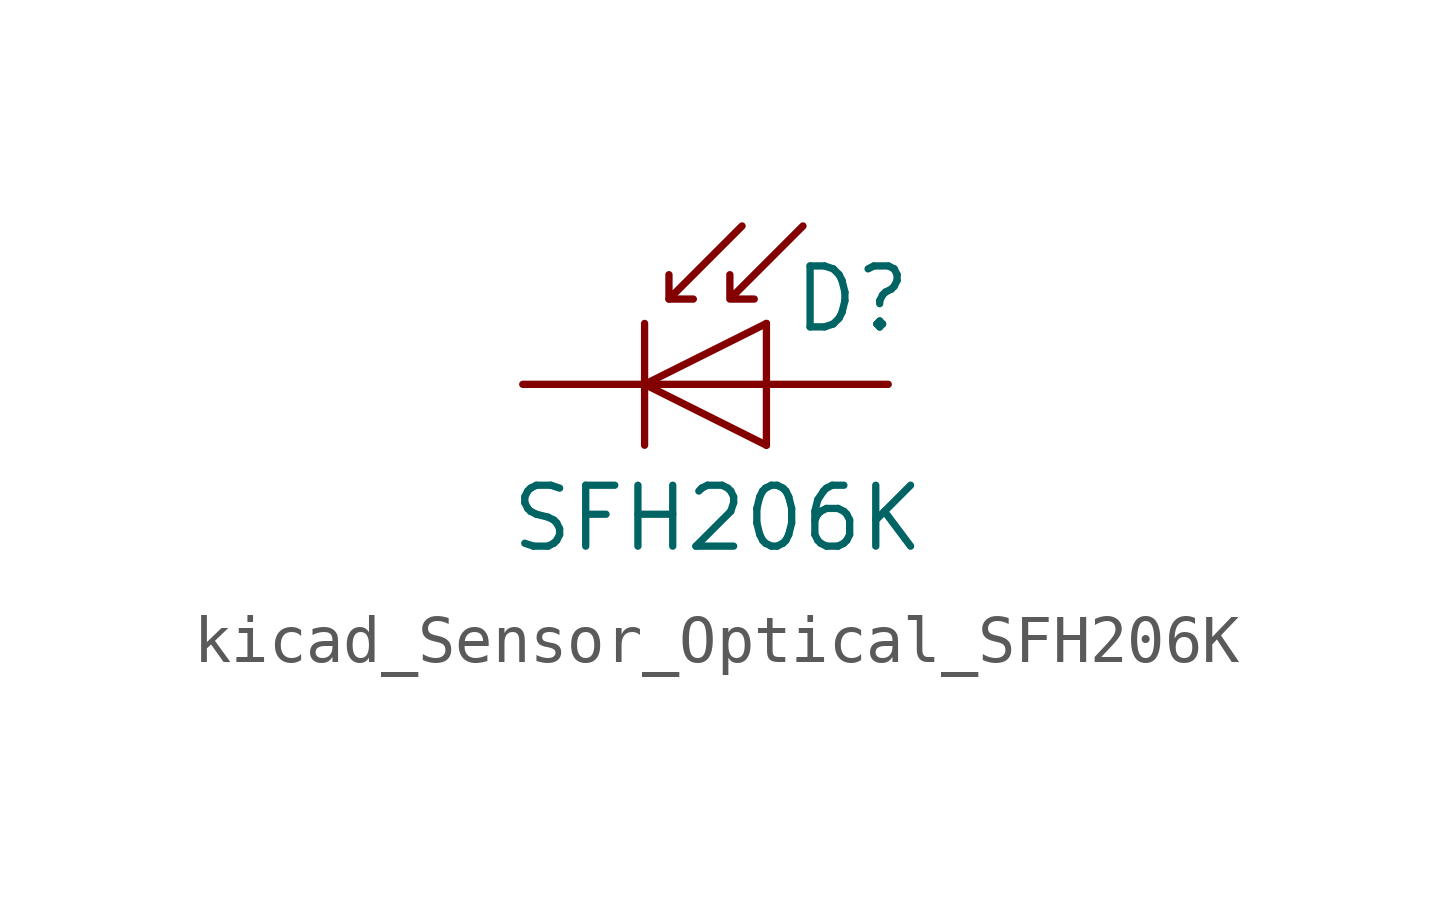
<source format=kicad_sym>
(kicad_symbol_lib
  (version 20220914)
  (generator kicad_symbol_editor)
  (symbol "kicad_Sensor_Optical_SFH206K"
    (pin_numbers hide)
    (pin_names hide)
    (property "Reference" "D"
      (at 0.508 1.778 0)
      (effects (font (size 1.27 1.27)) (justify left)))
    (property "Value" "SFH206K"
      (at -1.016 -2.794 0)
      (effects (font (size 1.27 1.27))))
    (symbol "kicad_Sensor_Optical_SFH206K_0_1"
      (polyline (pts (xy -2.54 1.27) (xy -2.54 -1.27)) (stroke (width 0.152) (type default)) (fill (type none)))
      (polyline (pts (xy -2.032 1.778) (xy -1.524 1.778)) (stroke (width 0) (type default)) (fill (type none)))
      (polyline (pts (xy 0 -1.27) (xy 0 1.27)) (stroke (width 0) (type default)) (fill (type none)))
      (polyline (pts (xy 0 0) (xy -2.54 0)) (stroke (width 0) (type default)) (fill (type none)))
      (polyline (pts (xy -0.508 3.302) (xy -2.032 1.778) (xy -2.032 2.286)) (stroke (width 0) (type default)) (fill (type none)))
      (polyline (pts (xy 0 1.27) (xy -2.54 0) (xy 0 -1.27)) (stroke (width 0) (type default)) (fill (type none)))
      (polyline (pts (xy 0.762 3.302) (xy -0.762 1.778) (xy -0.762 2.286) (xy -0.762 1.778) (xy -0.254 1.778)) (stroke (width 0) (type default)) (fill (type none))))
    (symbol "kicad_Sensor_Optical_SFH206K_1_1"
      (pin passive line (at -5.08 0 0) (length 2.54) (name "K" (effects (font (size 1.27 1.27)))) (number "1" (effects (font (size 1.27 1.27)))))
      (pin passive line (at 2.54 0 180) (length 2.54) (name "A" (effects (font (size 1.27 1.27)))) (number "2" (effects (font (size 1.27 1.27))))))))
</source>
